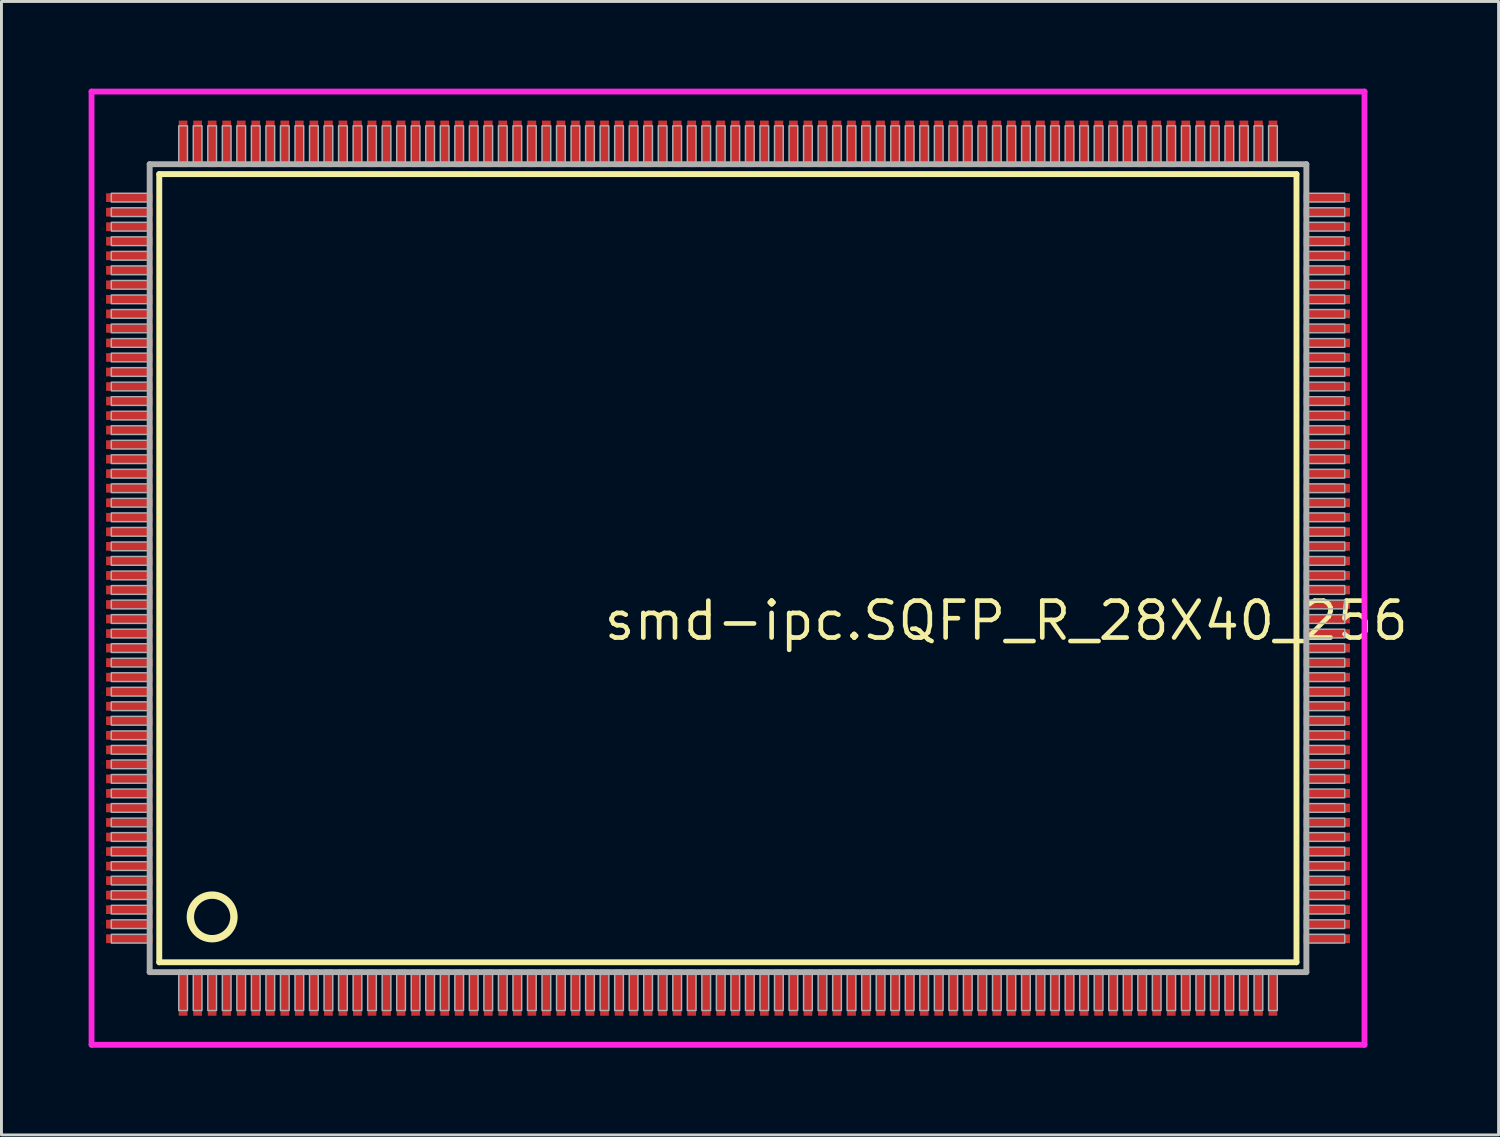
<source format=kicad_pcb>
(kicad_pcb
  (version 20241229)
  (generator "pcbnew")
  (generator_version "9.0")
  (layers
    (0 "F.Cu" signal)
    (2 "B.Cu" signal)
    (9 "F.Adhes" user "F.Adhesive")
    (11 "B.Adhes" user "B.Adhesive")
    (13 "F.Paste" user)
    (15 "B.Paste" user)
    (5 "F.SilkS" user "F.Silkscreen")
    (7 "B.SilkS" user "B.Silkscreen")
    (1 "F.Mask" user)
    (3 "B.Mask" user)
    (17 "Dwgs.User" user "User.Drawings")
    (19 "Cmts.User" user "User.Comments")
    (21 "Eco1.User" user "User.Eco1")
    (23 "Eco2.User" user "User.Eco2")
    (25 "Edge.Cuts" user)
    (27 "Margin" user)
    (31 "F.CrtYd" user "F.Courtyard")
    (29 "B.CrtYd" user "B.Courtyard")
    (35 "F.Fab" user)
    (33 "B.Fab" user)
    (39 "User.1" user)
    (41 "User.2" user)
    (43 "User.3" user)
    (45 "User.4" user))
  (footprint "smd-ipc.SQFP_R_28X40_256"
    (layer "F.Cu")
    (at 22 16.5)
    (property "Reference" "smd-ipc.SQFP_R_28X40_256" (at -4.35 2.55 0) (layer "F.SilkS") (effects (font (size 1.27 1.27) (thickness 0.16)) (justify left bottom)))
    (attr smd)
    (fp_line (start -19.57 -13.56) (end 19.56 -13.56) (stroke (width 0.203) (type default)) (layer "F.SilkS"))
    (fp_line (start -19.57 13.56) (end -19.57 -13.56) (stroke (width 0.203) (type default)) (layer "F.SilkS"))
    (fp_line (start 19.56 -13.56) (end 19.56 13.56) (stroke (width 0.203) (type default)) (layer "F.SilkS"))
    (fp_line (start 19.56 13.56) (end -19.57 13.56) (stroke (width 0.203) (type default)) (layer "F.SilkS"))
    (fp_circle (center -17.75 12) (end -17 12) (stroke (width 0.254) (type default)) (fill no) (layer "F.SilkS"))
    (fp_line (start -21.9 -16.4) (end 21.9 -16.4) (stroke (width 0.2) (type default)) (layer "F.CrtYd"))
    (fp_line (start -21.9 16.4) (end -21.9 -16.4) (stroke (width 0.2) (type default)) (layer "F.CrtYd"))
    (fp_line (start 21.9 -16.4) (end 21.9 16.4) (stroke (width 0.2) (type default)) (layer "F.CrtYd"))
    (fp_line (start 21.9 16.4) (end -21.9 16.4) (stroke (width 0.2) (type default)) (layer "F.CrtYd"))
    (fp_line (start -19.9 -13.9) (end -19.9 13.9) (stroke (width 0.203) (type default)) (layer "F.Fab"))
    (fp_line (start -19.9 13.9) (end 19.9 13.9) (stroke (width 0.203) (type default)) (layer "F.Fab"))
    (fp_line (start 19.9 -13.9) (end -19.9 -13.9) (stroke (width 0.203) (type default)) (layer "F.Fab"))
    (fp_line (start 19.9 13.9) (end 19.9 -13.9) (stroke (width 0.203) (type default)) (layer "F.Fab"))
    (fp_rect (start -21.22 -12.6) (end -19.95 -12.9) (stroke (width 0.05) (type default)) (fill no) (layer "F.Fab"))
    (fp_rect (start -21.22 -12.1) (end -19.95 -12.4) (stroke (width 0.05) (type default)) (fill no) (layer "F.Fab"))
    (fp_rect (start -21.22 -11.6) (end -19.95 -11.9) (stroke (width 0.05) (type default)) (fill no) (layer "F.Fab"))
    (fp_rect (start -21.22 -11.1) (end -19.95 -11.4) (stroke (width 0.05) (type default)) (fill no) (layer "F.Fab"))
    (fp_rect (start -21.22 -10.6) (end -19.95 -10.9) (stroke (width 0.05) (type default)) (fill no) (layer "F.Fab"))
    (fp_rect (start -21.22 -10.1) (end -19.95 -10.4) (stroke (width 0.05) (type default)) (fill no) (layer "F.Fab"))
    (fp_rect (start -21.22 -9.6) (end -19.95 -9.9) (stroke (width 0.05) (type default)) (fill no) (layer "F.Fab"))
    (fp_rect (start -21.22 -9.1) (end -19.95 -9.4) (stroke (width 0.05) (type default)) (fill no) (layer "F.Fab"))
    (fp_rect (start -21.22 -8.6) (end -19.95 -8.9) (stroke (width 0.05) (type default)) (fill no) (layer "F.Fab"))
    (fp_rect (start -21.22 -8.1) (end -19.95 -8.4) (stroke (width 0.05) (type default)) (fill no) (layer "F.Fab"))
    (fp_rect (start -21.22 -7.6) (end -19.95 -7.9) (stroke (width 0.05) (type default)) (fill no) (layer "F.Fab"))
    (fp_rect (start -21.22 -7.1) (end -19.95 -7.4) (stroke (width 0.05) (type default)) (fill no) (layer "F.Fab"))
    (fp_rect (start -21.22 -6.6) (end -19.95 -6.9) (stroke (width 0.05) (type default)) (fill no) (layer "F.Fab"))
    (fp_rect (start -21.22 -6.1) (end -19.95 -6.4) (stroke (width 0.05) (type default)) (fill no) (layer "F.Fab"))
    (fp_rect (start -21.22 -5.6) (end -19.95 -5.9) (stroke (width 0.05) (type default)) (fill no) (layer "F.Fab"))
    (fp_rect (start -21.22 -5.1) (end -19.95 -5.4) (stroke (width 0.05) (type default)) (fill no) (layer "F.Fab"))
    (fp_rect (start -21.22 -4.6) (end -19.95 -4.9) (stroke (width 0.05) (type default)) (fill no) (layer "F.Fab"))
    (fp_rect (start -21.22 -4.1) (end -19.95 -4.4) (stroke (width 0.05) (type default)) (fill no) (layer "F.Fab"))
    (fp_rect (start -21.22 -3.6) (end -19.95 -3.9) (stroke (width 0.05) (type default)) (fill no) (layer "F.Fab"))
    (fp_rect (start -21.22 -3.1) (end -19.95 -3.4) (stroke (width 0.05) (type default)) (fill no) (layer "F.Fab"))
    (fp_rect (start -21.22 -2.6) (end -19.95 -2.9) (stroke (width 0.05) (type default)) (fill no) (layer "F.Fab"))
    (fp_rect (start -21.22 -2.1) (end -19.95 -2.4) (stroke (width 0.05) (type default)) (fill no) (layer "F.Fab"))
    (fp_rect (start -21.22 -1.6) (end -19.95 -1.9) (stroke (width 0.05) (type default)) (fill no) (layer "F.Fab"))
    (fp_rect (start -21.22 -1.1) (end -19.95 -1.4) (stroke (width 0.05) (type default)) (fill no) (layer "F.Fab"))
    (fp_rect (start -21.22 -0.6) (end -19.95 -0.9) (stroke (width 0.05) (type default)) (fill no) (layer "F.Fab"))
    (fp_rect (start -21.22 -0.1) (end -19.95 -0.4) (stroke (width 0.05) (type default)) (fill no) (layer "F.Fab"))
    (fp_rect (start -21.22 0.4) (end -19.95 0.1) (stroke (width 0.05) (type default)) (fill no) (layer "F.Fab"))
    (fp_rect (start -21.22 0.9) (end -19.95 0.6) (stroke (width 0.05) (type default)) (fill no) (layer "F.Fab"))
    (fp_rect (start -21.22 1.4) (end -19.95 1.1) (stroke (width 0.05) (type default)) (fill no) (layer "F.Fab"))
    (fp_rect (start -21.22 1.9) (end -19.95 1.6) (stroke (width 0.05) (type default)) (fill no) (layer "F.Fab"))
    (fp_rect (start -21.22 2.4) (end -19.95 2.1) (stroke (width 0.05) (type default)) (fill no) (layer "F.Fab"))
    (fp_rect (start -21.22 2.9) (end -19.95 2.6) (stroke (width 0.05) (type default)) (fill no) (layer "F.Fab"))
    (fp_rect (start -21.22 3.4) (end -19.95 3.1) (stroke (width 0.05) (type default)) (fill no) (layer "F.Fab"))
    (fp_rect (start -21.22 3.9) (end -19.95 3.6) (stroke (width 0.05) (type default)) (fill no) (layer "F.Fab"))
    (fp_rect (start -21.22 4.4) (end -19.95 4.1) (stroke (width 0.05) (type default)) (fill no) (layer "F.Fab"))
    (fp_rect (start -21.22 4.9) (end -19.95 4.6) (stroke (width 0.05) (type default)) (fill no) (layer "F.Fab"))
    (fp_rect (start -21.22 5.4) (end -19.95 5.1) (stroke (width 0.05) (type default)) (fill no) (layer "F.Fab"))
    (fp_rect (start -21.22 5.9) (end -19.95 5.6) (stroke (width 0.05) (type default)) (fill no) (layer "F.Fab"))
    (fp_rect (start -21.22 6.4) (end -19.95 6.1) (stroke (width 0.05) (type default)) (fill no) (layer "F.Fab"))
    (fp_rect (start -21.22 6.9) (end -19.95 6.6) (stroke (width 0.05) (type default)) (fill no) (layer "F.Fab"))
    (fp_rect (start -21.22 7.4) (end -19.95 7.1) (stroke (width 0.05) (type default)) (fill no) (layer "F.Fab"))
    (fp_rect (start -21.22 7.9) (end -19.95 7.6) (stroke (width 0.05) (type default)) (fill no) (layer "F.Fab"))
    (fp_rect (start -21.22 8.4) (end -19.95 8.1) (stroke (width 0.05) (type default)) (fill no) (layer "F.Fab"))
    (fp_rect (start -21.22 8.9) (end -19.95 8.6) (stroke (width 0.05) (type default)) (fill no) (layer "F.Fab"))
    (fp_rect (start -21.22 9.4) (end -19.95 9.1) (stroke (width 0.05) (type default)) (fill no) (layer "F.Fab"))
    (fp_rect (start -21.22 9.9) (end -19.95 9.6) (stroke (width 0.05) (type default)) (fill no) (layer "F.Fab"))
    (fp_rect (start -21.22 10.4) (end -19.95 10.1) (stroke (width 0.05) (type default)) (fill no) (layer "F.Fab"))
    (fp_rect (start -21.22 10.9) (end -19.95 10.6) (stroke (width 0.05) (type default)) (fill no) (layer "F.Fab"))
    (fp_rect (start -21.22 11.4) (end -19.95 11.1) (stroke (width 0.05) (type default)) (fill no) (layer "F.Fab"))
    (fp_rect (start -21.22 11.9) (end -19.95 11.6) (stroke (width 0.05) (type default)) (fill no) (layer "F.Fab"))
    (fp_rect (start -21.22 12.4) (end -19.95 12.1) (stroke (width 0.05) (type default)) (fill no) (layer "F.Fab"))
    (fp_rect (start -21.22 12.9) (end -19.95 12.6) (stroke (width 0.05) (type default)) (fill no) (layer "F.Fab"))
    (fp_rect (start -18.9 -13.95) (end -18.6 -15.22) (stroke (width 0.05) (type default)) (fill no) (layer "F.Fab"))
    (fp_rect (start -18.9 15.22) (end -18.6 13.95) (stroke (width 0.05) (type default)) (fill no) (layer "F.Fab"))
    (fp_rect (start -18.4 -13.95) (end -18.1 -15.22) (stroke (width 0.05) (type default)) (fill no) (layer "F.Fab"))
    (fp_rect (start -18.4 15.22) (end -18.1 13.95) (stroke (width 0.05) (type default)) (fill no) (layer "F.Fab"))
    (fp_rect (start -17.9 -13.95) (end -17.6 -15.22) (stroke (width 0.05) (type default)) (fill no) (layer "F.Fab"))
    (fp_rect (start -17.9 15.22) (end -17.6 13.95) (stroke (width 0.05) (type default)) (fill no) (layer "F.Fab"))
    (fp_rect (start -17.4 -13.95) (end -17.1 -15.22) (stroke (width 0.05) (type default)) (fill no) (layer "F.Fab"))
    (fp_rect (start -17.4 15.22) (end -17.1 13.95) (stroke (width 0.05) (type default)) (fill no) (layer "F.Fab"))
    (fp_rect (start -16.9 -13.95) (end -16.6 -15.22) (stroke (width 0.05) (type default)) (fill no) (layer "F.Fab"))
    (fp_rect (start -16.9 15.22) (end -16.6 13.95) (stroke (width 0.05) (type default)) (fill no) (layer "F.Fab"))
    (fp_rect (start -16.4 -13.95) (end -16.1 -15.22) (stroke (width 0.05) (type default)) (fill no) (layer "F.Fab"))
    (fp_rect (start -16.4 15.22) (end -16.1 13.95) (stroke (width 0.05) (type default)) (fill no) (layer "F.Fab"))
    (fp_rect (start -15.9 -13.95) (end -15.6 -15.22) (stroke (width 0.05) (type default)) (fill no) (layer "F.Fab"))
    (fp_rect (start -15.9 15.22) (end -15.6 13.95) (stroke (width 0.05) (type default)) (fill no) (layer "F.Fab"))
    (fp_rect (start -15.4 -13.95) (end -15.1 -15.22) (stroke (width 0.05) (type default)) (fill no) (layer "F.Fab"))
    (fp_rect (start -15.4 15.22) (end -15.1 13.95) (stroke (width 0.05) (type default)) (fill no) (layer "F.Fab"))
    (fp_rect (start -14.9 -13.95) (end -14.6 -15.22) (stroke (width 0.05) (type default)) (fill no) (layer "F.Fab"))
    (fp_rect (start -14.9 15.22) (end -14.6 13.95) (stroke (width 0.05) (type default)) (fill no) (layer "F.Fab"))
    (fp_rect (start -14.4 -13.95) (end -14.1 -15.22) (stroke (width 0.05) (type default)) (fill no) (layer "F.Fab"))
    (fp_rect (start -14.4 15.22) (end -14.1 13.95) (stroke (width 0.05) (type default)) (fill no) (layer "F.Fab"))
    (fp_rect (start -13.9 -13.95) (end -13.6 -15.22) (stroke (width 0.05) (type default)) (fill no) (layer "F.Fab"))
    (fp_rect (start -13.9 15.22) (end -13.6 13.95) (stroke (width 0.05) (type default)) (fill no) (layer "F.Fab"))
    (fp_rect (start -13.4 -13.95) (end -13.1 -15.22) (stroke (width 0.05) (type default)) (fill no) (layer "F.Fab"))
    (fp_rect (start -13.4 15.22) (end -13.1 13.95) (stroke (width 0.05) (type default)) (fill no) (layer "F.Fab"))
    (fp_rect (start -12.9 -13.95) (end -12.6 -15.22) (stroke (width 0.05) (type default)) (fill no) (layer "F.Fab"))
    (fp_rect (start -12.9 15.22) (end -12.6 13.95) (stroke (width 0.05) (type default)) (fill no) (layer "F.Fab"))
    (fp_rect (start -12.4 -13.95) (end -12.1 -15.22) (stroke (width 0.05) (type default)) (fill no) (layer "F.Fab"))
    (fp_rect (start -12.4 15.22) (end -12.1 13.95) (stroke (width 0.05) (type default)) (fill no) (layer "F.Fab"))
    (fp_rect (start -11.9 -13.95) (end -11.6 -15.22) (stroke (width 0.05) (type default)) (fill no) (layer "F.Fab"))
    (fp_rect (start -11.9 15.22) (end -11.6 13.95) (stroke (width 0.05) (type default)) (fill no) (layer "F.Fab"))
    (fp_rect (start -11.4 -13.95) (end -11.1 -15.22) (stroke (width 0.05) (type default)) (fill no) (layer "F.Fab"))
    (fp_rect (start -11.4 15.22) (end -11.1 13.95) (stroke (width 0.05) (type default)) (fill no) (layer "F.Fab"))
    (fp_rect (start -10.9 -13.95) (end -10.6 -15.22) (stroke (width 0.05) (type default)) (fill no) (layer "F.Fab"))
    (fp_rect (start -10.9 15.22) (end -10.6 13.95) (stroke (width 0.05) (type default)) (fill no) (layer "F.Fab"))
    (fp_rect (start -10.4 -13.95) (end -10.1 -15.22) (stroke (width 0.05) (type default)) (fill no) (layer "F.Fab"))
    (fp_rect (start -10.4 15.22) (end -10.1 13.95) (stroke (width 0.05) (type default)) (fill no) (layer "F.Fab"))
    (fp_rect (start -9.9 -13.95) (end -9.6 -15.22) (stroke (width 0.05) (type default)) (fill no) (layer "F.Fab"))
    (fp_rect (start -9.9 15.22) (end -9.6 13.95) (stroke (width 0.05) (type default)) (fill no) (layer "F.Fab"))
    (fp_rect (start -9.4 -13.95) (end -9.1 -15.22) (stroke (width 0.05) (type default)) (fill no) (layer "F.Fab"))
    (fp_rect (start -9.4 15.22) (end -9.1 13.95) (stroke (width 0.05) (type default)) (fill no) (layer "F.Fab"))
    (fp_rect (start -8.9 -13.95) (end -8.6 -15.22) (stroke (width 0.05) (type default)) (fill no) (layer "F.Fab"))
    (fp_rect (start -8.9 15.22) (end -8.6 13.95) (stroke (width 0.05) (type default)) (fill no) (layer "F.Fab"))
    (fp_rect (start -8.4 -13.95) (end -8.1 -15.22) (stroke (width 0.05) (type default)) (fill no) (layer "F.Fab"))
    (fp_rect (start -8.4 15.22) (end -8.1 13.95) (stroke (width 0.05) (type default)) (fill no) (layer "F.Fab"))
    (fp_rect (start -7.9 -13.95) (end -7.6 -15.22) (stroke (width 0.05) (type default)) (fill no) (layer "F.Fab"))
    (fp_rect (start -7.9 15.22) (end -7.6 13.95) (stroke (width 0.05) (type default)) (fill no) (layer "F.Fab"))
    (fp_rect (start -7.4 -13.95) (end -7.1 -15.22) (stroke (width 0.05) (type default)) (fill no) (layer "F.Fab"))
    (fp_rect (start -7.4 15.22) (end -7.1 13.95) (stroke (width 0.05) (type default)) (fill no) (layer "F.Fab"))
    (fp_rect (start -6.9 -13.95) (end -6.6 -15.22) (stroke (width 0.05) (type default)) (fill no) (layer "F.Fab"))
    (fp_rect (start -6.9 15.22) (end -6.6 13.95) (stroke (width 0.05) (type default)) (fill no) (layer "F.Fab"))
    (fp_rect (start -6.4 -13.95) (end -6.1 -15.22) (stroke (width 0.05) (type default)) (fill no) (layer "F.Fab"))
    (fp_rect (start -6.4 15.22) (end -6.1 13.95) (stroke (width 0.05) (type default)) (fill no) (layer "F.Fab"))
    (fp_rect (start -5.9 -13.95) (end -5.6 -15.22) (stroke (width 0.05) (type default)) (fill no) (layer "F.Fab"))
    (fp_rect (start -5.9 15.22) (end -5.6 13.95) (stroke (width 0.05) (type default)) (fill no) (layer "F.Fab"))
    (fp_rect (start -5.4 -13.95) (end -5.1 -15.22) (stroke (width 0.05) (type default)) (fill no) (layer "F.Fab"))
    (fp_rect (start -5.4 15.22) (end -5.1 13.95) (stroke (width 0.05) (type default)) (fill no) (layer "F.Fab"))
    (fp_rect (start -4.9 -13.95) (end -4.6 -15.22) (stroke (width 0.05) (type default)) (fill no) (layer "F.Fab"))
    (fp_rect (start -4.9 15.22) (end -4.6 13.95) (stroke (width 0.05) (type default)) (fill no) (layer "F.Fab"))
    (fp_rect (start -4.4 -13.95) (end -4.1 -15.22) (stroke (width 0.05) (type default)) (fill no) (layer "F.Fab"))
    (fp_rect (start -4.4 15.22) (end -4.1 13.95) (stroke (width 0.05) (type default)) (fill no) (layer "F.Fab"))
    (fp_rect (start -3.9 -13.95) (end -3.6 -15.22) (stroke (width 0.05) (type default)) (fill no) (layer "F.Fab"))
    (fp_rect (start -3.9 15.22) (end -3.6 13.95) (stroke (width 0.05) (type default)) (fill no) (layer "F.Fab"))
    (fp_rect (start -3.4 -13.95) (end -3.1 -15.22) (stroke (width 0.05) (type default)) (fill no) (layer "F.Fab"))
    (fp_rect (start -3.4 15.22) (end -3.1 13.95) (stroke (width 0.05) (type default)) (fill no) (layer "F.Fab"))
    (fp_rect (start -2.9 -13.95) (end -2.6 -15.22) (stroke (width 0.05) (type default)) (fill no) (layer "F.Fab"))
    (fp_rect (start -2.9 15.22) (end -2.6 13.95) (stroke (width 0.05) (type default)) (fill no) (layer "F.Fab"))
    (fp_rect (start -2.4 -13.95) (end -2.1 -15.22) (stroke (width 0.05) (type default)) (fill no) (layer "F.Fab"))
    (fp_rect (start -2.4 15.22) (end -2.1 13.95) (stroke (width 0.05) (type default)) (fill no) (layer "F.Fab"))
    (fp_rect (start -1.9 -13.95) (end -1.6 -15.22) (stroke (width 0.05) (type default)) (fill no) (layer "F.Fab"))
    (fp_rect (start -1.9 15.22) (end -1.6 13.95) (stroke (width 0.05) (type default)) (fill no) (layer "F.Fab"))
    (fp_rect (start -1.4 -13.95) (end -1.1 -15.22) (stroke (width 0.05) (type default)) (fill no) (layer "F.Fab"))
    (fp_rect (start -1.4 15.22) (end -1.1 13.95) (stroke (width 0.05) (type default)) (fill no) (layer "F.Fab"))
    (fp_rect (start -0.9 -13.95) (end -0.6 -15.22) (stroke (width 0.05) (type default)) (fill no) (layer "F.Fab"))
    (fp_rect (start -0.9 15.22) (end -0.6 13.95) (stroke (width 0.05) (type default)) (fill no) (layer "F.Fab"))
    (fp_rect (start -0.4 -13.95) (end -0.1 -15.22) (stroke (width 0.05) (type default)) (fill no) (layer "F.Fab"))
    (fp_rect (start -0.4 15.22) (end -0.1 13.95) (stroke (width 0.05) (type default)) (fill no) (layer "F.Fab"))
    (fp_rect (start 0.1 -13.95) (end 0.4 -15.22) (stroke (width 0.05) (type default)) (fill no) (layer "F.Fab"))
    (fp_rect (start 0.1 15.22) (end 0.4 13.95) (stroke (width 0.05) (type default)) (fill no) (layer "F.Fab"))
    (fp_rect (start 0.6 -13.95) (end 0.9 -15.22) (stroke (width 0.05) (type default)) (fill no) (layer "F.Fab"))
    (fp_rect (start 0.6 15.22) (end 0.9 13.95) (stroke (width 0.05) (type default)) (fill no) (layer "F.Fab"))
    (fp_rect (start 1.1 -13.95) (end 1.4 -15.22) (stroke (width 0.05) (type default)) (fill no) (layer "F.Fab"))
    (fp_rect (start 1.1 15.22) (end 1.4 13.95) (stroke (width 0.05) (type default)) (fill no) (layer "F.Fab"))
    (fp_rect (start 1.6 -13.95) (end 1.9 -15.22) (stroke (width 0.05) (type default)) (fill no) (layer "F.Fab"))
    (fp_rect (start 1.6 15.22) (end 1.9 13.95) (stroke (width 0.05) (type default)) (fill no) (layer "F.Fab"))
    (fp_rect (start 2.1 -13.95) (end 2.4 -15.22) (stroke (width 0.05) (type default)) (fill no) (layer "F.Fab"))
    (fp_rect (start 2.1 15.22) (end 2.4 13.95) (stroke (width 0.05) (type default)) (fill no) (layer "F.Fab"))
    (fp_rect (start 2.6 -13.95) (end 2.9 -15.22) (stroke (width 0.05) (type default)) (fill no) (layer "F.Fab"))
    (fp_rect (start 2.6 15.22) (end 2.9 13.95) (stroke (width 0.05) (type default)) (fill no) (layer "F.Fab"))
    (fp_rect (start 3.1 -13.95) (end 3.4 -15.22) (stroke (width 0.05) (type default)) (fill no) (layer "F.Fab"))
    (fp_rect (start 3.1 15.22) (end 3.4 13.95) (stroke (width 0.05) (type default)) (fill no) (layer "F.Fab"))
    (fp_rect (start 3.6 -13.95) (end 3.9 -15.22) (stroke (width 0.05) (type default)) (fill no) (layer "F.Fab"))
    (fp_rect (start 3.6 15.22) (end 3.9 13.95) (stroke (width 0.05) (type default)) (fill no) (layer "F.Fab"))
    (fp_rect (start 4.1 -13.95) (end 4.4 -15.22) (stroke (width 0.05) (type default)) (fill no) (layer "F.Fab"))
    (fp_rect (start 4.1 15.22) (end 4.4 13.95) (stroke (width 0.05) (type default)) (fill no) (layer "F.Fab"))
    (fp_rect (start 4.6 -13.95) (end 4.9 -15.22) (stroke (width 0.05) (type default)) (fill no) (layer "F.Fab"))
    (fp_rect (start 4.6 15.22) (end 4.9 13.95) (stroke (width 0.05) (type default)) (fill no) (layer "F.Fab"))
    (fp_rect (start 5.1 -13.95) (end 5.4 -15.22) (stroke (width 0.05) (type default)) (fill no) (layer "F.Fab"))
    (fp_rect (start 5.1 15.22) (end 5.4 13.95) (stroke (width 0.05) (type default)) (fill no) (layer "F.Fab"))
    (fp_rect (start 5.6 -13.95) (end 5.9 -15.22) (stroke (width 0.05) (type default)) (fill no) (layer "F.Fab"))
    (fp_rect (start 5.6 15.22) (end 5.9 13.95) (stroke (width 0.05) (type default)) (fill no) (layer "F.Fab"))
    (fp_rect (start 6.1 -13.95) (end 6.4 -15.22) (stroke (width 0.05) (type default)) (fill no) (layer "F.Fab"))
    (fp_rect (start 6.1 15.22) (end 6.4 13.95) (stroke (width 0.05) (type default)) (fill no) (layer "F.Fab"))
    (fp_rect (start 6.6 -13.95) (end 6.9 -15.22) (stroke (width 0.05) (type default)) (fill no) (layer "F.Fab"))
    (fp_rect (start 6.6 15.22) (end 6.9 13.95) (stroke (width 0.05) (type default)) (fill no) (layer "F.Fab"))
    (fp_rect (start 7.1 -13.95) (end 7.4 -15.22) (stroke (width 0.05) (type default)) (fill no) (layer "F.Fab"))
    (fp_rect (start 7.1 15.22) (end 7.4 13.95) (stroke (width 0.05) (type default)) (fill no) (layer "F.Fab"))
    (fp_rect (start 7.6 -13.95) (end 7.9 -15.22) (stroke (width 0.05) (type default)) (fill no) (layer "F.Fab"))
    (fp_rect (start 7.6 15.22) (end 7.9 13.95) (stroke (width 0.05) (type default)) (fill no) (layer "F.Fab"))
    (fp_rect (start 8.1 -13.95) (end 8.4 -15.22) (stroke (width 0.05) (type default)) (fill no) (layer "F.Fab"))
    (fp_rect (start 8.1 15.22) (end 8.4 13.95) (stroke (width 0.05) (type default)) (fill no) (layer "F.Fab"))
    (fp_rect (start 8.6 -13.95) (end 8.9 -15.22) (stroke (width 0.05) (type default)) (fill no) (layer "F.Fab"))
    (fp_rect (start 8.6 15.22) (end 8.9 13.95) (stroke (width 0.05) (type default)) (fill no) (layer "F.Fab"))
    (fp_rect (start 9.1 -13.95) (end 9.4 -15.22) (stroke (width 0.05) (type default)) (fill no) (layer "F.Fab"))
    (fp_rect (start 9.1 15.22) (end 9.4 13.95) (stroke (width 0.05) (type default)) (fill no) (layer "F.Fab"))
    (fp_rect (start 9.6 -13.95) (end 9.9 -15.22) (stroke (width 0.05) (type default)) (fill no) (layer "F.Fab"))
    (fp_rect (start 9.6 15.22) (end 9.9 13.95) (stroke (width 0.05) (type default)) (fill no) (layer "F.Fab"))
    (fp_rect (start 10.1 -13.95) (end 10.4 -15.22) (stroke (width 0.05) (type default)) (fill no) (layer "F.Fab"))
    (fp_rect (start 10.1 15.22) (end 10.4 13.95) (stroke (width 0.05) (type default)) (fill no) (layer "F.Fab"))
    (fp_rect (start 10.6 -13.95) (end 10.9 -15.22) (stroke (width 0.05) (type default)) (fill no) (layer "F.Fab"))
    (fp_rect (start 10.6 15.22) (end 10.9 13.95) (stroke (width 0.05) (type default)) (fill no) (layer "F.Fab"))
    (fp_rect (start 11.1 -13.95) (end 11.4 -15.22) (stroke (width 0.05) (type default)) (fill no) (layer "F.Fab"))
    (fp_rect (start 11.1 15.22) (end 11.4 13.95) (stroke (width 0.05) (type default)) (fill no) (layer "F.Fab"))
    (fp_rect (start 11.6 -13.95) (end 11.9 -15.22) (stroke (width 0.05) (type default)) (fill no) (layer "F.Fab"))
    (fp_rect (start 11.6 15.22) (end 11.9 13.95) (stroke (width 0.05) (type default)) (fill no) (layer "F.Fab"))
    (fp_rect (start 12.1 -13.95) (end 12.4 -15.22) (stroke (width 0.05) (type default)) (fill no) (layer "F.Fab"))
    (fp_rect (start 12.1 15.22) (end 12.4 13.95) (stroke (width 0.05) (type default)) (fill no) (layer "F.Fab"))
    (fp_rect (start 12.6 -13.95) (end 12.9 -15.22) (stroke (width 0.05) (type default)) (fill no) (layer "F.Fab"))
    (fp_rect (start 12.6 15.22) (end 12.9 13.95) (stroke (width 0.05) (type default)) (fill no) (layer "F.Fab"))
    (fp_rect (start 13.1 -13.95) (end 13.4 -15.22) (stroke (width 0.05) (type default)) (fill no) (layer "F.Fab"))
    (fp_rect (start 13.1 15.22) (end 13.4 13.95) (stroke (width 0.05) (type default)) (fill no) (layer "F.Fab"))
    (fp_rect (start 13.6 -13.95) (end 13.9 -15.22) (stroke (width 0.05) (type default)) (fill no) (layer "F.Fab"))
    (fp_rect (start 13.6 15.22) (end 13.9 13.95) (stroke (width 0.05) (type default)) (fill no) (layer "F.Fab"))
    (fp_rect (start 14.1 -13.95) (end 14.4 -15.22) (stroke (width 0.05) (type default)) (fill no) (layer "F.Fab"))
    (fp_rect (start 14.1 15.22) (end 14.4 13.95) (stroke (width 0.05) (type default)) (fill no) (layer "F.Fab"))
    (fp_rect (start 14.6 -13.95) (end 14.9 -15.22) (stroke (width 0.05) (type default)) (fill no) (layer "F.Fab"))
    (fp_rect (start 14.6 15.22) (end 14.9 13.95) (stroke (width 0.05) (type default)) (fill no) (layer "F.Fab"))
    (fp_rect (start 15.1 -13.95) (end 15.4 -15.22) (stroke (width 0.05) (type default)) (fill no) (layer "F.Fab"))
    (fp_rect (start 15.1 15.22) (end 15.4 13.95) (stroke (width 0.05) (type default)) (fill no) (layer "F.Fab"))
    (fp_rect (start 15.6 -13.95) (end 15.9 -15.22) (stroke (width 0.05) (type default)) (fill no) (layer "F.Fab"))
    (fp_rect (start 15.6 15.22) (end 15.9 13.95) (stroke (width 0.05) (type default)) (fill no) (layer "F.Fab"))
    (fp_rect (start 16.1 -13.95) (end 16.4 -15.22) (stroke (width 0.05) (type default)) (fill no) (layer "F.Fab"))
    (fp_rect (start 16.1 15.22) (end 16.4 13.95) (stroke (width 0.05) (type default)) (fill no) (layer "F.Fab"))
    (fp_rect (start 16.6 -13.95) (end 16.9 -15.22) (stroke (width 0.05) (type default)) (fill no) (layer "F.Fab"))
    (fp_rect (start 16.6 15.22) (end 16.9 13.95) (stroke (width 0.05) (type default)) (fill no) (layer "F.Fab"))
    (fp_rect (start 17.1 -13.95) (end 17.4 -15.22) (stroke (width 0.05) (type default)) (fill no) (layer "F.Fab"))
    (fp_rect (start 17.1 15.22) (end 17.4 13.95) (stroke (width 0.05) (type default)) (fill no) (layer "F.Fab"))
    (fp_rect (start 17.6 -13.95) (end 17.9 -15.22) (stroke (width 0.05) (type default)) (fill no) (layer "F.Fab"))
    (fp_rect (start 17.6 15.22) (end 17.9 13.95) (stroke (width 0.05) (type default)) (fill no) (layer "F.Fab"))
    (fp_rect (start 18.1 -13.95) (end 18.4 -15.22) (stroke (width 0.05) (type default)) (fill no) (layer "F.Fab"))
    (fp_rect (start 18.1 15.22) (end 18.4 13.95) (stroke (width 0.05) (type default)) (fill no) (layer "F.Fab"))
    (fp_rect (start 18.6 -13.95) (end 18.9 -15.22) (stroke (width 0.05) (type default)) (fill no) (layer "F.Fab"))
    (fp_rect (start 18.6 15.22) (end 18.9 13.95) (stroke (width 0.05) (type default)) (fill no) (layer "F.Fab"))
    (fp_rect (start 19.95 -12.6) (end 21.22 -12.9) (stroke (width 0.05) (type default)) (fill no) (layer "F.Fab"))
    (fp_rect (start 19.95 -12.1) (end 21.22 -12.4) (stroke (width 0.05) (type default)) (fill no) (layer "F.Fab"))
    (fp_rect (start 19.95 -11.6) (end 21.22 -11.9) (stroke (width 0.05) (type default)) (fill no) (layer "F.Fab"))
    (fp_rect (start 19.95 -11.1) (end 21.22 -11.4) (stroke (width 0.05) (type default)) (fill no) (layer "F.Fab"))
    (fp_rect (start 19.95 -10.6) (end 21.22 -10.9) (stroke (width 0.05) (type default)) (fill no) (layer "F.Fab"))
    (fp_rect (start 19.95 -10.1) (end 21.22 -10.4) (stroke (width 0.05) (type default)) (fill no) (layer "F.Fab"))
    (fp_rect (start 19.95 -9.6) (end 21.22 -9.9) (stroke (width 0.05) (type default)) (fill no) (layer "F.Fab"))
    (fp_rect (start 19.95 -9.1) (end 21.22 -9.4) (stroke (width 0.05) (type default)) (fill no) (layer "F.Fab"))
    (fp_rect (start 19.95 -8.6) (end 21.22 -8.9) (stroke (width 0.05) (type default)) (fill no) (layer "F.Fab"))
    (fp_rect (start 19.95 -8.1) (end 21.22 -8.4) (stroke (width 0.05) (type default)) (fill no) (layer "F.Fab"))
    (fp_rect (start 19.95 -7.6) (end 21.22 -7.9) (stroke (width 0.05) (type default)) (fill no) (layer "F.Fab"))
    (fp_rect (start 19.95 -7.1) (end 21.22 -7.4) (stroke (width 0.05) (type default)) (fill no) (layer "F.Fab"))
    (fp_rect (start 19.95 -6.6) (end 21.22 -6.9) (stroke (width 0.05) (type default)) (fill no) (layer "F.Fab"))
    (fp_rect (start 19.95 -6.1) (end 21.22 -6.4) (stroke (width 0.05) (type default)) (fill no) (layer "F.Fab"))
    (fp_rect (start 19.95 -5.6) (end 21.22 -5.9) (stroke (width 0.05) (type default)) (fill no) (layer "F.Fab"))
    (fp_rect (start 19.95 -5.1) (end 21.22 -5.4) (stroke (width 0.05) (type default)) (fill no) (layer "F.Fab"))
    (fp_rect (start 19.95 -4.6) (end 21.22 -4.9) (stroke (width 0.05) (type default)) (fill no) (layer "F.Fab"))
    (fp_rect (start 19.95 -4.1) (end 21.22 -4.4) (stroke (width 0.05) (type default)) (fill no) (layer "F.Fab"))
    (fp_rect (start 19.95 -3.6) (end 21.22 -3.9) (stroke (width 0.05) (type default)) (fill no) (layer "F.Fab"))
    (fp_rect (start 19.95 -3.1) (end 21.22 -3.4) (stroke (width 0.05) (type default)) (fill no) (layer "F.Fab"))
    (fp_rect (start 19.95 -2.6) (end 21.22 -2.9) (stroke (width 0.05) (type default)) (fill no) (layer "F.Fab"))
    (fp_rect (start 19.95 -2.1) (end 21.22 -2.4) (stroke (width 0.05) (type default)) (fill no) (layer "F.Fab"))
    (fp_rect (start 19.95 -1.6) (end 21.22 -1.9) (stroke (width 0.05) (type default)) (fill no) (layer "F.Fab"))
    (fp_rect (start 19.95 -1.1) (end 21.22 -1.4) (stroke (width 0.05) (type default)) (fill no) (layer "F.Fab"))
    (fp_rect (start 19.95 -0.6) (end 21.22 -0.9) (stroke (width 0.05) (type default)) (fill no) (layer "F.Fab"))
    (fp_rect (start 19.95 -0.1) (end 21.22 -0.4) (stroke (width 0.05) (type default)) (fill no) (layer "F.Fab"))
    (fp_rect (start 19.95 0.4) (end 21.22 0.1) (stroke (width 0.05) (type default)) (fill no) (layer "F.Fab"))
    (fp_rect (start 19.95 0.9) (end 21.22 0.6) (stroke (width 0.05) (type default)) (fill no) (layer "F.Fab"))
    (fp_rect (start 19.95 1.4) (end 21.22 1.1) (stroke (width 0.05) (type default)) (fill no) (layer "F.Fab"))
    (fp_rect (start 19.95 1.9) (end 21.22 1.6) (stroke (width 0.05) (type default)) (fill no) (layer "F.Fab"))
    (fp_rect (start 19.95 2.4) (end 21.22 2.1) (stroke (width 0.05) (type default)) (fill no) (layer "F.Fab"))
    (fp_rect (start 19.95 2.9) (end 21.22 2.6) (stroke (width 0.05) (type default)) (fill no) (layer "F.Fab"))
    (fp_rect (start 19.95 3.4) (end 21.22 3.1) (stroke (width 0.05) (type default)) (fill no) (layer "F.Fab"))
    (fp_rect (start 19.95 3.9) (end 21.22 3.6) (stroke (width 0.05) (type default)) (fill no) (layer "F.Fab"))
    (fp_rect (start 19.95 4.4) (end 21.22 4.1) (stroke (width 0.05) (type default)) (fill no) (layer "F.Fab"))
    (fp_rect (start 19.95 4.9) (end 21.22 4.6) (stroke (width 0.05) (type default)) (fill no) (layer "F.Fab"))
    (fp_rect (start 19.95 5.4) (end 21.22 5.1) (stroke (width 0.05) (type default)) (fill no) (layer "F.Fab"))
    (fp_rect (start 19.95 5.9) (end 21.22 5.6) (stroke (width 0.05) (type default)) (fill no) (layer "F.Fab"))
    (fp_rect (start 19.95 6.4) (end 21.22 6.1) (stroke (width 0.05) (type default)) (fill no) (layer "F.Fab"))
    (fp_rect (start 19.95 6.9) (end 21.22 6.6) (stroke (width 0.05) (type default)) (fill no) (layer "F.Fab"))
    (fp_rect (start 19.95 7.4) (end 21.22 7.1) (stroke (width 0.05) (type default)) (fill no) (layer "F.Fab"))
    (fp_rect (start 19.95 7.9) (end 21.22 7.6) (stroke (width 0.05) (type default)) (fill no) (layer "F.Fab"))
    (fp_rect (start 19.95 8.4) (end 21.22 8.1) (stroke (width 0.05) (type default)) (fill no) (layer "F.Fab"))
    (fp_rect (start 19.95 8.9) (end 21.22 8.6) (stroke (width 0.05) (type default)) (fill no) (layer "F.Fab"))
    (fp_rect (start 19.95 9.4) (end 21.22 9.1) (stroke (width 0.05) (type default)) (fill no) (layer "F.Fab"))
    (fp_rect (start 19.95 9.9) (end 21.22 9.6) (stroke (width 0.05) (type default)) (fill no) (layer "F.Fab"))
    (fp_rect (start 19.95 10.4) (end 21.22 10.1) (stroke (width 0.05) (type default)) (fill no) (layer "F.Fab"))
    (fp_rect (start 19.95 10.9) (end 21.22 10.6) (stroke (width 0.05) (type default)) (fill no) (layer "F.Fab"))
    (fp_rect (start 19.95 11.4) (end 21.22 11.1) (stroke (width 0.05) (type default)) (fill no) (layer "F.Fab"))
    (fp_rect (start 19.95 11.9) (end 21.22 11.6) (stroke (width 0.05) (type default)) (fill no) (layer "F.Fab"))
    (fp_rect (start 19.95 12.4) (end 21.22 12.1) (stroke (width 0.05) (type default)) (fill no) (layer "F.Fab"))
    (fp_rect (start 19.95 12.9) (end 21.22 12.6) (stroke (width 0.05) (type default)) (fill no) (layer "F.Fab"))
    (pad "1" smd roundrect (at -18.75 14.6) (size 0.3 1.6) (layers "F.Cu" "F.Mask" "F.Paste") (roundrect_rratio 0.01))
    (pad "2" smd roundrect (at -18.25 14.6) (size 0.3 1.6) (layers "F.Cu" "F.Mask" "F.Paste") (roundrect_rratio 0.01))
    (pad "3" smd roundrect (at -17.75 14.6) (size 0.3 1.6) (layers "F.Cu" "F.Mask" "F.Paste") (roundrect_rratio 0.01))
    (pad "4" smd roundrect (at -17.25 14.6) (size 0.3 1.6) (layers "F.Cu" "F.Mask" "F.Paste") (roundrect_rratio 0.01))
    (pad "5" smd roundrect (at -16.75 14.6) (size 0.3 1.6) (layers "F.Cu" "F.Mask" "F.Paste") (roundrect_rratio 0.01))
    (pad "6" smd roundrect (at -16.25 14.6) (size 0.3 1.6) (layers "F.Cu" "F.Mask" "F.Paste") (roundrect_rratio 0.01))
    (pad "7" smd roundrect (at -15.75 14.6) (size 0.3 1.6) (layers "F.Cu" "F.Mask" "F.Paste") (roundrect_rratio 0.01))
    (pad "8" smd roundrect (at -15.25 14.6) (size 0.3 1.6) (layers "F.Cu" "F.Mask" "F.Paste") (roundrect_rratio 0.01))
    (pad "9" smd roundrect (at -14.75 14.6) (size 0.3 1.6) (layers "F.Cu" "F.Mask" "F.Paste") (roundrect_rratio 0.01))
    (pad "10" smd roundrect (at -14.25 14.6) (size 0.3 1.6) (layers "F.Cu" "F.Mask" "F.Paste") (roundrect_rratio 0.01))
    (pad "11" smd roundrect (at -13.75 14.6) (size 0.3 1.6) (layers "F.Cu" "F.Mask" "F.Paste") (roundrect_rratio 0.01))
    (pad "12" smd roundrect (at -13.25 14.6) (size 0.3 1.6) (layers "F.Cu" "F.Mask" "F.Paste") (roundrect_rratio 0.01))
    (pad "13" smd roundrect (at -12.75 14.6) (size 0.3 1.6) (layers "F.Cu" "F.Mask" "F.Paste") (roundrect_rratio 0.01))
    (pad "14" smd roundrect (at -12.25 14.6) (size 0.3 1.6) (layers "F.Cu" "F.Mask" "F.Paste") (roundrect_rratio 0.01))
    (pad "15" smd roundrect (at -11.75 14.6) (size 0.3 1.6) (layers "F.Cu" "F.Mask" "F.Paste") (roundrect_rratio 0.01))
    (pad "16" smd roundrect (at -11.25 14.6) (size 0.3 1.6) (layers "F.Cu" "F.Mask" "F.Paste") (roundrect_rratio 0.01))
    (pad "17" smd roundrect (at -10.75 14.6) (size 0.3 1.6) (layers "F.Cu" "F.Mask" "F.Paste") (roundrect_rratio 0.01))
    (pad "18" smd roundrect (at -10.25 14.6) (size 0.3 1.6) (layers "F.Cu" "F.Mask" "F.Paste") (roundrect_rratio 0.01))
    (pad "19" smd roundrect (at -9.75 14.6) (size 0.3 1.6) (layers "F.Cu" "F.Mask" "F.Paste") (roundrect_rratio 0.01))
    (pad "20" smd roundrect (at -9.25 14.6) (size 0.3 1.6) (layers "F.Cu" "F.Mask" "F.Paste") (roundrect_rratio 0.01))
    (pad "21" smd roundrect (at -8.75 14.6) (size 0.3 1.6) (layers "F.Cu" "F.Mask" "F.Paste") (roundrect_rratio 0.01))
    (pad "22" smd roundrect (at -8.25 14.6) (size 0.3 1.6) (layers "F.Cu" "F.Mask" "F.Paste") (roundrect_rratio 0.01))
    (pad "23" smd roundrect (at -7.75 14.6) (size 0.3 1.6) (layers "F.Cu" "F.Mask" "F.Paste") (roundrect_rratio 0.01))
    (pad "24" smd roundrect (at -7.25 14.6) (size 0.3 1.6) (layers "F.Cu" "F.Mask" "F.Paste") (roundrect_rratio 0.01))
    (pad "25" smd roundrect (at -6.75 14.6) (size 0.3 1.6) (layers "F.Cu" "F.Mask" "F.Paste") (roundrect_rratio 0.01))
    (pad "26" smd roundrect (at -6.25 14.6) (size 0.3 1.6) (layers "F.Cu" "F.Mask" "F.Paste") (roundrect_rratio 0.01))
    (pad "27" smd roundrect (at -5.75 14.6) (size 0.3 1.6) (layers "F.Cu" "F.Mask" "F.Paste") (roundrect_rratio 0.01))
    (pad "28" smd roundrect (at -5.25 14.6) (size 0.3 1.6) (layers "F.Cu" "F.Mask" "F.Paste") (roundrect_rratio 0.01))
    (pad "29" smd roundrect (at -4.75 14.6) (size 0.3 1.6) (layers "F.Cu" "F.Mask" "F.Paste") (roundrect_rratio 0.01))
    (pad "30" smd roundrect (at -4.25 14.6) (size 0.3 1.6) (layers "F.Cu" "F.Mask" "F.Paste") (roundrect_rratio 0.01))
    (pad "31" smd roundrect (at -3.75 14.6) (size 0.3 1.6) (layers "F.Cu" "F.Mask" "F.Paste") (roundrect_rratio 0.01))
    (pad "32" smd roundrect (at -3.25 14.6) (size 0.3 1.6) (layers "F.Cu" "F.Mask" "F.Paste") (roundrect_rratio 0.01))
    (pad "33" smd roundrect (at -2.75 14.6) (size 0.3 1.6) (layers "F.Cu" "F.Mask" "F.Paste") (roundrect_rratio 0.01))
    (pad "34" smd roundrect (at -2.25 14.6) (size 0.3 1.6) (layers "F.Cu" "F.Mask" "F.Paste") (roundrect_rratio 0.01))
    (pad "35" smd roundrect (at -1.75 14.6) (size 0.3 1.6) (layers "F.Cu" "F.Mask" "F.Paste") (roundrect_rratio 0.01))
    (pad "36" smd roundrect (at -1.25 14.6) (size 0.3 1.6) (layers "F.Cu" "F.Mask" "F.Paste") (roundrect_rratio 0.01))
    (pad "37" smd roundrect (at -0.75 14.6) (size 0.3 1.6) (layers "F.Cu" "F.Mask" "F.Paste") (roundrect_rratio 0.01))
    (pad "38" smd roundrect (at -0.25 14.6) (size 0.3 1.6) (layers "F.Cu" "F.Mask" "F.Paste") (roundrect_rratio 0.01))
    (pad "39" smd roundrect (at 0.25 14.6) (size 0.3 1.6) (layers "F.Cu" "F.Mask" "F.Paste") (roundrect_rratio 0.01))
    (pad "40" smd roundrect (at 0.75 14.6) (size 0.3 1.6) (layers "F.Cu" "F.Mask" "F.Paste") (roundrect_rratio 0.01))
    (pad "41" smd roundrect (at 1.25 14.6) (size 0.3 1.6) (layers "F.Cu" "F.Mask" "F.Paste") (roundrect_rratio 0.01))
    (pad "42" smd roundrect (at 1.75 14.6) (size 0.3 1.6) (layers "F.Cu" "F.Mask" "F.Paste") (roundrect_rratio 0.01))
    (pad "43" smd roundrect (at 2.25 14.6) (size 0.3 1.6) (layers "F.Cu" "F.Mask" "F.Paste") (roundrect_rratio 0.01))
    (pad "44" smd roundrect (at 2.75 14.6) (size 0.3 1.6) (layers "F.Cu" "F.Mask" "F.Paste") (roundrect_rratio 0.01))
    (pad "45" smd roundrect (at 3.25 14.6) (size 0.3 1.6) (layers "F.Cu" "F.Mask" "F.Paste") (roundrect_rratio 0.01))
    (pad "46" smd roundrect (at 3.75 14.6) (size 0.3 1.6) (layers "F.Cu" "F.Mask" "F.Paste") (roundrect_rratio 0.01))
    (pad "47" smd roundrect (at 4.25 14.6) (size 0.3 1.6) (layers "F.Cu" "F.Mask" "F.Paste") (roundrect_rratio 0.01))
    (pad "48" smd roundrect (at 4.75 14.6) (size 0.3 1.6) (layers "F.Cu" "F.Mask" "F.Paste") (roundrect_rratio 0.01))
    (pad "49" smd roundrect (at 5.25 14.6) (size 0.3 1.6) (layers "F.Cu" "F.Mask" "F.Paste") (roundrect_rratio 0.01))
    (pad "50" smd roundrect (at 5.75 14.6) (size 0.3 1.6) (layers "F.Cu" "F.Mask" "F.Paste") (roundrect_rratio 0.01))
    (pad "51" smd roundrect (at 6.25 14.6) (size 0.3 1.6) (layers "F.Cu" "F.Mask" "F.Paste") (roundrect_rratio 0.01))
    (pad "52" smd roundrect (at 6.75 14.6) (size 0.3 1.6) (layers "F.Cu" "F.Mask" "F.Paste") (roundrect_rratio 0.01))
    (pad "53" smd roundrect (at 7.25 14.6) (size 0.3 1.6) (layers "F.Cu" "F.Mask" "F.Paste") (roundrect_rratio 0.01))
    (pad "54" smd roundrect (at 7.75 14.6) (size 0.3 1.6) (layers "F.Cu" "F.Mask" "F.Paste") (roundrect_rratio 0.01))
    (pad "55" smd roundrect (at 8.25 14.6) (size 0.3 1.6) (layers "F.Cu" "F.Mask" "F.Paste") (roundrect_rratio 0.01))
    (pad "56" smd roundrect (at 8.75 14.6) (size 0.3 1.6) (layers "F.Cu" "F.Mask" "F.Paste") (roundrect_rratio 0.01))
    (pad "57" smd roundrect (at 9.25 14.6) (size 0.3 1.6) (layers "F.Cu" "F.Mask" "F.Paste") (roundrect_rratio 0.01))
    (pad "58" smd roundrect (at 9.75 14.6) (size 0.3 1.6) (layers "F.Cu" "F.Mask" "F.Paste") (roundrect_rratio 0.01))
    (pad "59" smd roundrect (at 10.25 14.6) (size 0.3 1.6) (layers "F.Cu" "F.Mask" "F.Paste") (roundrect_rratio 0.01))
    (pad "60" smd roundrect (at 10.75 14.6) (size 0.3 1.6) (layers "F.Cu" "F.Mask" "F.Paste") (roundrect_rratio 0.01))
    (pad "61" smd roundrect (at 11.25 14.6) (size 0.3 1.6) (layers "F.Cu" "F.Mask" "F.Paste") (roundrect_rratio 0.01))
    (pad "62" smd roundrect (at 11.75 14.6) (size 0.3 1.6) (layers "F.Cu" "F.Mask" "F.Paste") (roundrect_rratio 0.01))
    (pad "63" smd roundrect (at 12.25 14.6) (size 0.3 1.6) (layers "F.Cu" "F.Mask" "F.Paste") (roundrect_rratio 0.01))
    (pad "64" smd roundrect (at 12.75 14.6) (size 0.3 1.6) (layers "F.Cu" "F.Mask" "F.Paste") (roundrect_rratio 0.01))
    (pad "65" smd roundrect (at 13.25 14.6) (size 0.3 1.6) (layers "F.Cu" "F.Mask" "F.Paste") (roundrect_rratio 0.01))
    (pad "66" smd roundrect (at 13.75 14.6) (size 0.3 1.6) (layers "F.Cu" "F.Mask" "F.Paste") (roundrect_rratio 0.01))
    (pad "67" smd roundrect (at 14.25 14.6) (size 0.3 1.6) (layers "F.Cu" "F.Mask" "F.Paste") (roundrect_rratio 0.01))
    (pad "68" smd roundrect (at 14.75 14.6) (size 0.3 1.6) (layers "F.Cu" "F.Mask" "F.Paste") (roundrect_rratio 0.01))
    (pad "69" smd roundrect (at 15.25 14.6) (size 0.3 1.6) (layers "F.Cu" "F.Mask" "F.Paste") (roundrect_rratio 0.01))
    (pad "70" smd roundrect (at 15.75 14.6) (size 0.3 1.6) (layers "F.Cu" "F.Mask" "F.Paste") (roundrect_rratio 0.01))
    (pad "71" smd roundrect (at 16.25 14.6) (size 0.3 1.6) (layers "F.Cu" "F.Mask" "F.Paste") (roundrect_rratio 0.01))
    (pad "72" smd roundrect (at 16.75 14.6) (size 0.3 1.6) (layers "F.Cu" "F.Mask" "F.Paste") (roundrect_rratio 0.01))
    (pad "73" smd roundrect (at 17.25 14.6) (size 0.3 1.6) (layers "F.Cu" "F.Mask" "F.Paste") (roundrect_rratio 0.01))
    (pad "74" smd roundrect (at 17.75 14.6) (size 0.3 1.6) (layers "F.Cu" "F.Mask" "F.Paste") (roundrect_rratio 0.01))
    (pad "75" smd roundrect (at 18.25 14.6) (size 0.3 1.6) (layers "F.Cu" "F.Mask" "F.Paste") (roundrect_rratio 0.01))
    (pad "76" smd roundrect (at 18.75 14.6) (size 0.3 1.6) (layers "F.Cu" "F.Mask" "F.Paste") (roundrect_rratio 0.01))
    (pad "77" smd roundrect (at 20.6 12.75) (size 1.6 0.3) (layers "F.Cu" "F.Mask" "F.Paste") (roundrect_rratio 0.01))
    (pad "78" smd roundrect (at 20.6 12.25) (size 1.6 0.3) (layers "F.Cu" "F.Mask" "F.Paste") (roundrect_rratio 0.01))
    (pad "79" smd roundrect (at 20.6 11.75) (size 1.6 0.3) (layers "F.Cu" "F.Mask" "F.Paste") (roundrect_rratio 0.01))
    (pad "80" smd roundrect (at 20.6 11.25) (size 1.6 0.3) (layers "F.Cu" "F.Mask" "F.Paste") (roundrect_rratio 0.01))
    (pad "81" smd roundrect (at 20.6 10.75) (size 1.6 0.3) (layers "F.Cu" "F.Mask" "F.Paste") (roundrect_rratio 0.01))
    (pad "82" smd roundrect (at 20.6 10.25) (size 1.6 0.3) (layers "F.Cu" "F.Mask" "F.Paste") (roundrect_rratio 0.01))
    (pad "83" smd roundrect (at 20.6 9.75) (size 1.6 0.3) (layers "F.Cu" "F.Mask" "F.Paste") (roundrect_rratio 0.01))
    (pad "84" smd roundrect (at 20.6 9.25) (size 1.6 0.3) (layers "F.Cu" "F.Mask" "F.Paste") (roundrect_rratio 0.01))
    (pad "85" smd roundrect (at 20.6 8.75) (size 1.6 0.3) (layers "F.Cu" "F.Mask" "F.Paste") (roundrect_rratio 0.01))
    (pad "86" smd roundrect (at 20.6 8.25) (size 1.6 0.3) (layers "F.Cu" "F.Mask" "F.Paste") (roundrect_rratio 0.01))
    (pad "87" smd roundrect (at 20.6 7.75) (size 1.6 0.3) (layers "F.Cu" "F.Mask" "F.Paste") (roundrect_rratio 0.01))
    (pad "88" smd roundrect (at 20.6 7.25) (size 1.6 0.3) (layers "F.Cu" "F.Mask" "F.Paste") (roundrect_rratio 0.01))
    (pad "89" smd roundrect (at 20.6 6.75) (size 1.6 0.3) (layers "F.Cu" "F.Mask" "F.Paste") (roundrect_rratio 0.01))
    (pad "90" smd roundrect (at 20.6 6.25) (size 1.6 0.3) (layers "F.Cu" "F.Mask" "F.Paste") (roundrect_rratio 0.01))
    (pad "91" smd roundrect (at 20.6 5.75) (size 1.6 0.3) (layers "F.Cu" "F.Mask" "F.Paste") (roundrect_rratio 0.01))
    (pad "92" smd roundrect (at 20.6 5.25) (size 1.6 0.3) (layers "F.Cu" "F.Mask" "F.Paste") (roundrect_rratio 0.01))
    (pad "93" smd roundrect (at 20.6 4.75) (size 1.6 0.3) (layers "F.Cu" "F.Mask" "F.Paste") (roundrect_rratio 0.01))
    (pad "94" smd roundrect (at 20.6 4.25) (size 1.6 0.3) (layers "F.Cu" "F.Mask" "F.Paste") (roundrect_rratio 0.01))
    (pad "95" smd roundrect (at 20.6 3.75) (size 1.6 0.3) (layers "F.Cu" "F.Mask" "F.Paste") (roundrect_rratio 0.01))
    (pad "96" smd roundrect (at 20.6 3.25) (size 1.6 0.3) (layers "F.Cu" "F.Mask" "F.Paste") (roundrect_rratio 0.01))
    (pad "97" smd roundrect (at 20.6 2.75) (size 1.6 0.3) (layers "F.Cu" "F.Mask" "F.Paste") (roundrect_rratio 0.01))
    (pad "98" smd roundrect (at 20.6 2.25) (size 1.6 0.3) (layers "F.Cu" "F.Mask" "F.Paste") (roundrect_rratio 0.01))
    (pad "99" smd roundrect (at 20.6 1.75) (size 1.6 0.3) (layers "F.Cu" "F.Mask" "F.Paste") (roundrect_rratio 0.01))
    (pad "100" smd roundrect (at 20.6 1.25) (size 1.6 0.3) (layers "F.Cu" "F.Mask" "F.Paste") (roundrect_rratio 0.01))
    (pad "101" smd roundrect (at 20.6 0.75) (size 1.6 0.3) (layers "F.Cu" "F.Mask" "F.Paste") (roundrect_rratio 0.01))
    (pad "102" smd roundrect (at 20.6 0.25) (size 1.6 0.3) (layers "F.Cu" "F.Mask" "F.Paste") (roundrect_rratio 0.01))
    (pad "103" smd roundrect (at 20.6 -0.25) (size 1.6 0.3) (layers "F.Cu" "F.Mask" "F.Paste") (roundrect_rratio 0.01))
    (pad "104" smd roundrect (at 20.6 -0.75) (size 1.6 0.3) (layers "F.Cu" "F.Mask" "F.Paste") (roundrect_rratio 0.01))
    (pad "105" smd roundrect (at 20.6 -1.25) (size 1.6 0.3) (layers "F.Cu" "F.Mask" "F.Paste") (roundrect_rratio 0.01))
    (pad "106" smd roundrect (at 20.6 -1.75) (size 1.6 0.3) (layers "F.Cu" "F.Mask" "F.Paste") (roundrect_rratio 0.01))
    (pad "107" smd roundrect (at 20.6 -2.25) (size 1.6 0.3) (layers "F.Cu" "F.Mask" "F.Paste") (roundrect_rratio 0.01))
    (pad "108" smd roundrect (at 20.6 -2.75) (size 1.6 0.3) (layers "F.Cu" "F.Mask" "F.Paste") (roundrect_rratio 0.01))
    (pad "109" smd roundrect (at 20.6 -3.25) (size 1.6 0.3) (layers "F.Cu" "F.Mask" "F.Paste") (roundrect_rratio 0.01))
    (pad "110" smd roundrect (at 20.6 -3.75) (size 1.6 0.3) (layers "F.Cu" "F.Mask" "F.Paste") (roundrect_rratio 0.01))
    (pad "111" smd roundrect (at 20.6 -4.25) (size 1.6 0.3) (layers "F.Cu" "F.Mask" "F.Paste") (roundrect_rratio 0.01))
    (pad "112" smd roundrect (at 20.6 -4.75) (size 1.6 0.3) (layers "F.Cu" "F.Mask" "F.Paste") (roundrect_rratio 0.01))
    (pad "113" smd roundrect (at 20.6 -5.25) (size 1.6 0.3) (layers "F.Cu" "F.Mask" "F.Paste") (roundrect_rratio 0.01))
    (pad "114" smd roundrect (at 20.6 -5.75) (size 1.6 0.3) (layers "F.Cu" "F.Mask" "F.Paste") (roundrect_rratio 0.01))
    (pad "115" smd roundrect (at 20.6 -6.25) (size 1.6 0.3) (layers "F.Cu" "F.Mask" "F.Paste") (roundrect_rratio 0.01))
    (pad "116" smd roundrect (at 20.6 -6.75) (size 1.6 0.3) (layers "F.Cu" "F.Mask" "F.Paste") (roundrect_rratio 0.01))
    (pad "117" smd roundrect (at 20.6 -7.25) (size 1.6 0.3) (layers "F.Cu" "F.Mask" "F.Paste") (roundrect_rratio 0.01))
    (pad "118" smd roundrect (at 20.6 -7.75) (size 1.6 0.3) (layers "F.Cu" "F.Mask" "F.Paste") (roundrect_rratio 0.01))
    (pad "119" smd roundrect (at 20.6 -8.25) (size 1.6 0.3) (layers "F.Cu" "F.Mask" "F.Paste") (roundrect_rratio 0.01))
    (pad "120" smd roundrect (at 20.6 -8.75) (size 1.6 0.3) (layers "F.Cu" "F.Mask" "F.Paste") (roundrect_rratio 0.01))
    (pad "121" smd roundrect (at 20.6 -9.25) (size 1.6 0.3) (layers "F.Cu" "F.Mask" "F.Paste") (roundrect_rratio 0.01))
    (pad "122" smd roundrect (at 20.6 -9.75) (size 1.6 0.3) (layers "F.Cu" "F.Mask" "F.Paste") (roundrect_rratio 0.01))
    (pad "123" smd roundrect (at 20.6 -10.25) (size 1.6 0.3) (layers "F.Cu" "F.Mask" "F.Paste") (roundrect_rratio 0.01))
    (pad "124" smd roundrect (at 20.6 -10.75) (size 1.6 0.3) (layers "F.Cu" "F.Mask" "F.Paste") (roundrect_rratio 0.01))
    (pad "125" smd roundrect (at 20.6 -11.25) (size 1.6 0.3) (layers "F.Cu" "F.Mask" "F.Paste") (roundrect_rratio 0.01))
    (pad "126" smd roundrect (at 20.6 -11.75) (size 1.6 0.3) (layers "F.Cu" "F.Mask" "F.Paste") (roundrect_rratio 0.01))
    (pad "127" smd roundrect (at 20.6 -12.25) (size 1.6 0.3) (layers "F.Cu" "F.Mask" "F.Paste") (roundrect_rratio 0.01))
    (pad "128" smd roundrect (at 20.6 -12.75) (size 1.6 0.3) (layers "F.Cu" "F.Mask" "F.Paste") (roundrect_rratio 0.01))
    (pad "129" smd roundrect (at 18.75 -14.6) (size 0.3 1.6) (layers "F.Cu" "F.Mask" "F.Paste") (roundrect_rratio 0.01))
    (pad "130" smd roundrect (at 18.25 -14.6) (size 0.3 1.6) (layers "F.Cu" "F.Mask" "F.Paste") (roundrect_rratio 0.01))
    (pad "131" smd roundrect (at 17.75 -14.6) (size 0.3 1.6) (layers "F.Cu" "F.Mask" "F.Paste") (roundrect_rratio 0.01))
    (pad "132" smd roundrect (at 17.25 -14.6) (size 0.3 1.6) (layers "F.Cu" "F.Mask" "F.Paste") (roundrect_rratio 0.01))
    (pad "133" smd roundrect (at 16.75 -14.6) (size 0.3 1.6) (layers "F.Cu" "F.Mask" "F.Paste") (roundrect_rratio 0.01))
    (pad "134" smd roundrect (at 16.25 -14.6) (size 0.3 1.6) (layers "F.Cu" "F.Mask" "F.Paste") (roundrect_rratio 0.01))
    (pad "135" smd roundrect (at 15.75 -14.6) (size 0.3 1.6) (layers "F.Cu" "F.Mask" "F.Paste") (roundrect_rratio 0.01))
    (pad "136" smd roundrect (at 15.25 -14.6) (size 0.3 1.6) (layers "F.Cu" "F.Mask" "F.Paste") (roundrect_rratio 0.01))
    (pad "137" smd roundrect (at 14.75 -14.6) (size 0.3 1.6) (layers "F.Cu" "F.Mask" "F.Paste") (roundrect_rratio 0.01))
    (pad "138" smd roundrect (at 14.25 -14.6) (size 0.3 1.6) (layers "F.Cu" "F.Mask" "F.Paste") (roundrect_rratio 0.01))
    (pad "139" smd roundrect (at 13.75 -14.6) (size 0.3 1.6) (layers "F.Cu" "F.Mask" "F.Paste") (roundrect_rratio 0.01))
    (pad "140" smd roundrect (at 13.25 -14.6) (size 0.3 1.6) (layers "F.Cu" "F.Mask" "F.Paste") (roundrect_rratio 0.01))
    (pad "141" smd roundrect (at 12.75 -14.6) (size 0.3 1.6) (layers "F.Cu" "F.Mask" "F.Paste") (roundrect_rratio 0.01))
    (pad "142" smd roundrect (at 12.25 -14.6) (size 0.3 1.6) (layers "F.Cu" "F.Mask" "F.Paste") (roundrect_rratio 0.01))
    (pad "143" smd roundrect (at 11.75 -14.6) (size 0.3 1.6) (layers "F.Cu" "F.Mask" "F.Paste") (roundrect_rratio 0.01))
    (pad "144" smd roundrect (at 11.25 -14.6) (size 0.3 1.6) (layers "F.Cu" "F.Mask" "F.Paste") (roundrect_rratio 0.01))
    (pad "145" smd roundrect (at 10.75 -14.6) (size 0.3 1.6) (layers "F.Cu" "F.Mask" "F.Paste") (roundrect_rratio 0.01))
    (pad "146" smd roundrect (at 10.25 -14.6) (size 0.3 1.6) (layers "F.Cu" "F.Mask" "F.Paste") (roundrect_rratio 0.01))
    (pad "147" smd roundrect (at 9.75 -14.6) (size 0.3 1.6) (layers "F.Cu" "F.Mask" "F.Paste") (roundrect_rratio 0.01))
    (pad "148" smd roundrect (at 9.25 -14.6) (size 0.3 1.6) (layers "F.Cu" "F.Mask" "F.Paste") (roundrect_rratio 0.01))
    (pad "149" smd roundrect (at 8.75 -14.6) (size 0.3 1.6) (layers "F.Cu" "F.Mask" "F.Paste") (roundrect_rratio 0.01))
    (pad "150" smd roundrect (at 8.25 -14.6) (size 0.3 1.6) (layers "F.Cu" "F.Mask" "F.Paste") (roundrect_rratio 0.01))
    (pad "151" smd roundrect (at 7.75 -14.6) (size 0.3 1.6) (layers "F.Cu" "F.Mask" "F.Paste") (roundrect_rratio 0.01))
    (pad "152" smd roundrect (at 7.25 -14.6) (size 0.3 1.6) (layers "F.Cu" "F.Mask" "F.Paste") (roundrect_rratio 0.01))
    (pad "153" smd roundrect (at 6.75 -14.6) (size 0.3 1.6) (layers "F.Cu" "F.Mask" "F.Paste") (roundrect_rratio 0.01))
    (pad "154" smd roundrect (at 6.25 -14.6) (size 0.3 1.6) (layers "F.Cu" "F.Mask" "F.Paste") (roundrect_rratio 0.01))
    (pad "155" smd roundrect (at 5.75 -14.6) (size 0.3 1.6) (layers "F.Cu" "F.Mask" "F.Paste") (roundrect_rratio 0.01))
    (pad "156" smd roundrect (at 5.25 -14.6) (size 0.3 1.6) (layers "F.Cu" "F.Mask" "F.Paste") (roundrect_rratio 0.01))
    (pad "157" smd roundrect (at 4.75 -14.6) (size 0.3 1.6) (layers "F.Cu" "F.Mask" "F.Paste") (roundrect_rratio 0.01))
    (pad "158" smd roundrect (at 4.25 -14.6) (size 0.3 1.6) (layers "F.Cu" "F.Mask" "F.Paste") (roundrect_rratio 0.01))
    (pad "159" smd roundrect (at 3.75 -14.6) (size 0.3 1.6) (layers "F.Cu" "F.Mask" "F.Paste") (roundrect_rratio 0.01))
    (pad "160" smd roundrect (at 3.25 -14.6) (size 0.3 1.6) (layers "F.Cu" "F.Mask" "F.Paste") (roundrect_rratio 0.01))
    (pad "161" smd roundrect (at 2.75 -14.6) (size 0.3 1.6) (layers "F.Cu" "F.Mask" "F.Paste") (roundrect_rratio 0.01))
    (pad "162" smd roundrect (at 2.25 -14.6) (size 0.3 1.6) (layers "F.Cu" "F.Mask" "F.Paste") (roundrect_rratio 0.01))
    (pad "163" smd roundrect (at 1.75 -14.6) (size 0.3 1.6) (layers "F.Cu" "F.Mask" "F.Paste") (roundrect_rratio 0.01))
    (pad "164" smd roundrect (at 1.25 -14.6) (size 0.3 1.6) (layers "F.Cu" "F.Mask" "F.Paste") (roundrect_rratio 0.01))
    (pad "165" smd roundrect (at 0.75 -14.6) (size 0.3 1.6) (layers "F.Cu" "F.Mask" "F.Paste") (roundrect_rratio 0.01))
    (pad "166" smd roundrect (at 0.25 -14.6) (size 0.3 1.6) (layers "F.Cu" "F.Mask" "F.Paste") (roundrect_rratio 0.01))
    (pad "167" smd roundrect (at -0.25 -14.6) (size 0.3 1.6) (layers "F.Cu" "F.Mask" "F.Paste") (roundrect_rratio 0.01))
    (pad "168" smd roundrect (at -0.75 -14.6) (size 0.3 1.6) (layers "F.Cu" "F.Mask" "F.Paste") (roundrect_rratio 0.01))
    (pad "169" smd roundrect (at -1.25 -14.6) (size 0.3 1.6) (layers "F.Cu" "F.Mask" "F.Paste") (roundrect_rratio 0.01))
    (pad "170" smd roundrect (at -1.75 -14.6) (size 0.3 1.6) (layers "F.Cu" "F.Mask" "F.Paste") (roundrect_rratio 0.01))
    (pad "171" smd roundrect (at -2.25 -14.6) (size 0.3 1.6) (layers "F.Cu" "F.Mask" "F.Paste") (roundrect_rratio 0.01))
    (pad "172" smd roundrect (at -2.75 -14.6) (size 0.3 1.6) (layers "F.Cu" "F.Mask" "F.Paste") (roundrect_rratio 0.01))
    (pad "173" smd roundrect (at -3.25 -14.6) (size 0.3 1.6) (layers "F.Cu" "F.Mask" "F.Paste") (roundrect_rratio 0.01))
    (pad "174" smd roundrect (at -3.75 -14.6) (size 0.3 1.6) (layers "F.Cu" "F.Mask" "F.Paste") (roundrect_rratio 0.01))
    (pad "175" smd roundrect (at -4.25 -14.6) (size 0.3 1.6) (layers "F.Cu" "F.Mask" "F.Paste") (roundrect_rratio 0.01))
    (pad "176" smd roundrect (at -4.75 -14.6) (size 0.3 1.6) (layers "F.Cu" "F.Mask" "F.Paste") (roundrect_rratio 0.01))
    (pad "177" smd roundrect (at -5.25 -14.6) (size 0.3 1.6) (layers "F.Cu" "F.Mask" "F.Paste") (roundrect_rratio 0.01))
    (pad "178" smd roundrect (at -5.75 -14.6) (size 0.3 1.6) (layers "F.Cu" "F.Mask" "F.Paste") (roundrect_rratio 0.01))
    (pad "179" smd roundrect (at -6.25 -14.6) (size 0.3 1.6) (layers "F.Cu" "F.Mask" "F.Paste") (roundrect_rratio 0.01))
    (pad "180" smd roundrect (at -6.75 -14.6) (size 0.3 1.6) (layers "F.Cu" "F.Mask" "F.Paste") (roundrect_rratio 0.01))
    (pad "181" smd roundrect (at -7.25 -14.6) (size 0.3 1.6) (layers "F.Cu" "F.Mask" "F.Paste") (roundrect_rratio 0.01))
    (pad "182" smd roundrect (at -7.75 -14.6) (size 0.3 1.6) (layers "F.Cu" "F.Mask" "F.Paste") (roundrect_rratio 0.01))
    (pad "183" smd roundrect (at -8.25 -14.6) (size 0.3 1.6) (layers "F.Cu" "F.Mask" "F.Paste") (roundrect_rratio 0.01))
    (pad "184" smd roundrect (at -8.75 -14.6) (size 0.3 1.6) (layers "F.Cu" "F.Mask" "F.Paste") (roundrect_rratio 0.01))
    (pad "185" smd roundrect (at -9.25 -14.6) (size 0.3 1.6) (layers "F.Cu" "F.Mask" "F.Paste") (roundrect_rratio 0.01))
    (pad "186" smd roundrect (at -9.75 -14.6) (size 0.3 1.6) (layers "F.Cu" "F.Mask" "F.Paste") (roundrect_rratio 0.01))
    (pad "187" smd roundrect (at -10.25 -14.6) (size 0.3 1.6) (layers "F.Cu" "F.Mask" "F.Paste") (roundrect_rratio 0.01))
    (pad "188" smd roundrect (at -10.75 -14.6) (size 0.3 1.6) (layers "F.Cu" "F.Mask" "F.Paste") (roundrect_rratio 0.01))
    (pad "189" smd roundrect (at -11.25 -14.6) (size 0.3 1.6) (layers "F.Cu" "F.Mask" "F.Paste") (roundrect_rratio 0.01))
    (pad "190" smd roundrect (at -11.75 -14.6) (size 0.3 1.6) (layers "F.Cu" "F.Mask" "F.Paste") (roundrect_rratio 0.01))
    (pad "191" smd roundrect (at -12.25 -14.6) (size 0.3 1.6) (layers "F.Cu" "F.Mask" "F.Paste") (roundrect_rratio 0.01))
    (pad "192" smd roundrect (at -12.75 -14.6) (size 0.3 1.6) (layers "F.Cu" "F.Mask" "F.Paste") (roundrect_rratio 0.01))
    (pad "193" smd roundrect (at -13.25 -14.6) (size 0.3 1.6) (layers "F.Cu" "F.Mask" "F.Paste") (roundrect_rratio 0.01))
    (pad "194" smd roundrect (at -13.75 -14.6) (size 0.3 1.6) (layers "F.Cu" "F.Mask" "F.Paste") (roundrect_rratio 0.01))
    (pad "195" smd roundrect (at -14.25 -14.6) (size 0.3 1.6) (layers "F.Cu" "F.Mask" "F.Paste") (roundrect_rratio 0.01))
    (pad "196" smd roundrect (at -14.75 -14.6) (size 0.3 1.6) (layers "F.Cu" "F.Mask" "F.Paste") (roundrect_rratio 0.01))
    (pad "197" smd roundrect (at -15.25 -14.6) (size 0.3 1.6) (layers "F.Cu" "F.Mask" "F.Paste") (roundrect_rratio 0.01))
    (pad "198" smd roundrect (at -15.75 -14.6) (size 0.3 1.6) (layers "F.Cu" "F.Mask" "F.Paste") (roundrect_rratio 0.01))
    (pad "199" smd roundrect (at -16.25 -14.6) (size 0.3 1.6) (layers "F.Cu" "F.Mask" "F.Paste") (roundrect_rratio 0.01))
    (pad "200" smd roundrect (at -16.75 -14.6) (size 0.3 1.6) (layers "F.Cu" "F.Mask" "F.Paste") (roundrect_rratio 0.01))
    (pad "201" smd roundrect (at -17.25 -14.6) (size 0.3 1.6) (layers "F.Cu" "F.Mask" "F.Paste") (roundrect_rratio 0.01))
    (pad "202" smd roundrect (at -17.75 -14.6) (size 0.3 1.6) (layers "F.Cu" "F.Mask" "F.Paste") (roundrect_rratio 0.01))
    (pad "203" smd roundrect (at -18.25 -14.6) (size 0.3 1.6) (layers "F.Cu" "F.Mask" "F.Paste") (roundrect_rratio 0.01))
    (pad "204" smd roundrect (at -18.75 -14.6) (size 0.3 1.6) (layers "F.Cu" "F.Mask" "F.Paste") (roundrect_rratio 0.01))
    (pad "205" smd roundrect (at -20.6 -12.75) (size 1.6 0.3) (layers "F.Cu" "F.Mask" "F.Paste") (roundrect_rratio 0.01))
    (pad "206" smd roundrect (at -20.6 -12.25) (size 1.6 0.3) (layers "F.Cu" "F.Mask" "F.Paste") (roundrect_rratio 0.01))
    (pad "207" smd roundrect (at -20.6 -11.75) (size 1.6 0.3) (layers "F.Cu" "F.Mask" "F.Paste") (roundrect_rratio 0.01))
    (pad "208" smd roundrect (at -20.6 -11.25) (size 1.6 0.3) (layers "F.Cu" "F.Mask" "F.Paste") (roundrect_rratio 0.01))
    (pad "209" smd roundrect (at -20.6 -10.75) (size 1.6 0.3) (layers "F.Cu" "F.Mask" "F.Paste") (roundrect_rratio 0.01))
    (pad "210" smd roundrect (at -20.6 -10.25) (size 1.6 0.3) (layers "F.Cu" "F.Mask" "F.Paste") (roundrect_rratio 0.01))
    (pad "211" smd roundrect (at -20.6 -9.75) (size 1.6 0.3) (layers "F.Cu" "F.Mask" "F.Paste") (roundrect_rratio 0.01))
    (pad "212" smd roundrect (at -20.6 -9.25) (size 1.6 0.3) (layers "F.Cu" "F.Mask" "F.Paste") (roundrect_rratio 0.01))
    (pad "213" smd roundrect (at -20.6 -8.75) (size 1.6 0.3) (layers "F.Cu" "F.Mask" "F.Paste") (roundrect_rratio 0.01))
    (pad "214" smd roundrect (at -20.6 -8.25) (size 1.6 0.3) (layers "F.Cu" "F.Mask" "F.Paste") (roundrect_rratio 0.01))
    (pad "215" smd roundrect (at -20.6 -7.75) (size 1.6 0.3) (layers "F.Cu" "F.Mask" "F.Paste") (roundrect_rratio 0.01))
    (pad "216" smd roundrect (at -20.6 -7.25) (size 1.6 0.3) (layers "F.Cu" "F.Mask" "F.Paste") (roundrect_rratio 0.01))
    (pad "217" smd roundrect (at -20.6 -6.75) (size 1.6 0.3) (layers "F.Cu" "F.Mask" "F.Paste") (roundrect_rratio 0.01))
    (pad "218" smd roundrect (at -20.6 -6.25) (size 1.6 0.3) (layers "F.Cu" "F.Mask" "F.Paste") (roundrect_rratio 0.01))
    (pad "219" smd roundrect (at -20.6 -5.75) (size 1.6 0.3) (layers "F.Cu" "F.Mask" "F.Paste") (roundrect_rratio 0.01))
    (pad "220" smd roundrect (at -20.6 -5.25) (size 1.6 0.3) (layers "F.Cu" "F.Mask" "F.Paste") (roundrect_rratio 0.01))
    (pad "221" smd roundrect (at -20.6 -4.75) (size 1.6 0.3) (layers "F.Cu" "F.Mask" "F.Paste") (roundrect_rratio 0.01))
    (pad "222" smd roundrect (at -20.6 -4.25) (size 1.6 0.3) (layers "F.Cu" "F.Mask" "F.Paste") (roundrect_rratio 0.01))
    (pad "223" smd roundrect (at -20.6 -3.75) (size 1.6 0.3) (layers "F.Cu" "F.Mask" "F.Paste") (roundrect_rratio 0.01))
    (pad "224" smd roundrect (at -20.6 -3.25) (size 1.6 0.3) (layers "F.Cu" "F.Mask" "F.Paste") (roundrect_rratio 0.01))
    (pad "225" smd roundrect (at -20.6 -2.75) (size 1.6 0.3) (layers "F.Cu" "F.Mask" "F.Paste") (roundrect_rratio 0.01))
    (pad "226" smd roundrect (at -20.6 -2.25) (size 1.6 0.3) (layers "F.Cu" "F.Mask" "F.Paste") (roundrect_rratio 0.01))
    (pad "227" smd roundrect (at -20.6 -1.75) (size 1.6 0.3) (layers "F.Cu" "F.Mask" "F.Paste") (roundrect_rratio 0.01))
    (pad "228" smd roundrect (at -20.6 -1.25) (size 1.6 0.3) (layers "F.Cu" "F.Mask" "F.Paste") (roundrect_rratio 0.01))
    (pad "229" smd roundrect (at -20.6 -0.75) (size 1.6 0.3) (layers "F.Cu" "F.Mask" "F.Paste") (roundrect_rratio 0.01))
    (pad "230" smd roundrect (at -20.6 -0.25) (size 1.6 0.3) (layers "F.Cu" "F.Mask" "F.Paste") (roundrect_rratio 0.01))
    (pad "231" smd roundrect (at -20.6 0.25) (size 1.6 0.3) (layers "F.Cu" "F.Mask" "F.Paste") (roundrect_rratio 0.01))
    (pad "232" smd roundrect (at -20.6 0.75) (size 1.6 0.3) (layers "F.Cu" "F.Mask" "F.Paste") (roundrect_rratio 0.01))
    (pad "233" smd roundrect (at -20.6 1.25) (size 1.6 0.3) (layers "F.Cu" "F.Mask" "F.Paste") (roundrect_rratio 0.01))
    (pad "234" smd roundrect (at -20.6 1.75) (size 1.6 0.3) (layers "F.Cu" "F.Mask" "F.Paste") (roundrect_rratio 0.01))
    (pad "235" smd roundrect (at -20.6 2.25) (size 1.6 0.3) (layers "F.Cu" "F.Mask" "F.Paste") (roundrect_rratio 0.01))
    (pad "236" smd roundrect (at -20.6 2.75) (size 1.6 0.3) (layers "F.Cu" "F.Mask" "F.Paste") (roundrect_rratio 0.01))
    (pad "237" smd roundrect (at -20.6 3.25) (size 1.6 0.3) (layers "F.Cu" "F.Mask" "F.Paste") (roundrect_rratio 0.01))
    (pad "238" smd roundrect (at -20.6 3.75) (size 1.6 0.3) (layers "F.Cu" "F.Mask" "F.Paste") (roundrect_rratio 0.01))
    (pad "239" smd roundrect (at -20.6 4.25) (size 1.6 0.3) (layers "F.Cu" "F.Mask" "F.Paste") (roundrect_rratio 0.01))
    (pad "240" smd roundrect (at -20.6 4.75) (size 1.6 0.3) (layers "F.Cu" "F.Mask" "F.Paste") (roundrect_rratio 0.01))
    (pad "241" smd roundrect (at -20.6 5.25) (size 1.6 0.3) (layers "F.Cu" "F.Mask" "F.Paste") (roundrect_rratio 0.01))
    (pad "242" smd roundrect (at -20.6 5.75) (size 1.6 0.3) (layers "F.Cu" "F.Mask" "F.Paste") (roundrect_rratio 0.01))
    (pad "243" smd roundrect (at -20.6 6.25) (size 1.6 0.3) (layers "F.Cu" "F.Mask" "F.Paste") (roundrect_rratio 0.01))
    (pad "244" smd roundrect (at -20.6 6.75) (size 1.6 0.3) (layers "F.Cu" "F.Mask" "F.Paste") (roundrect_rratio 0.01))
    (pad "245" smd roundrect (at -20.6 7.25) (size 1.6 0.3) (layers "F.Cu" "F.Mask" "F.Paste") (roundrect_rratio 0.01))
    (pad "246" smd roundrect (at -20.6 7.75) (size 1.6 0.3) (layers "F.Cu" "F.Mask" "F.Paste") (roundrect_rratio 0.01))
    (pad "247" smd roundrect (at -20.6 8.25) (size 1.6 0.3) (layers "F.Cu" "F.Mask" "F.Paste") (roundrect_rratio 0.01))
    (pad "248" smd roundrect (at -20.6 8.75) (size 1.6 0.3) (layers "F.Cu" "F.Mask" "F.Paste") (roundrect_rratio 0.01))
    (pad "249" smd roundrect (at -20.6 9.25) (size 1.6 0.3) (layers "F.Cu" "F.Mask" "F.Paste") (roundrect_rratio 0.01))
    (pad "250" smd roundrect (at -20.6 9.75) (size 1.6 0.3) (layers "F.Cu" "F.Mask" "F.Paste") (roundrect_rratio 0.01))
    (pad "251" smd roundrect (at -20.6 10.25) (size 1.6 0.3) (layers "F.Cu" "F.Mask" "F.Paste") (roundrect_rratio 0.01))
    (pad "252" smd roundrect (at -20.6 10.75) (size 1.6 0.3) (layers "F.Cu" "F.Mask" "F.Paste") (roundrect_rratio 0.01))
    (pad "253" smd roundrect (at -20.6 11.25) (size 1.6 0.3) (layers "F.Cu" "F.Mask" "F.Paste") (roundrect_rratio 0.01))
    (pad "254" smd roundrect (at -20.6 11.75) (size 1.6 0.3) (layers "F.Cu" "F.Mask" "F.Paste") (roundrect_rratio 0.01))
    (pad "255" smd roundrect (at -20.6 12.25) (size 1.6 0.3) (layers "F.Cu" "F.Mask" "F.Paste") (roundrect_rratio 0.01))
    (pad "256" smd roundrect (at -20.6 12.75) (size 1.6 0.3) (layers "F.Cu" "F.Mask" "F.Paste") (roundrect_rratio 0.01)))
  (gr_rect
    (start -3 -3)
    (end 48.514 36)
    (stroke (width 0.1) (type default))
    (fill no)
    (layer "Edge.Cuts")))
</source>
